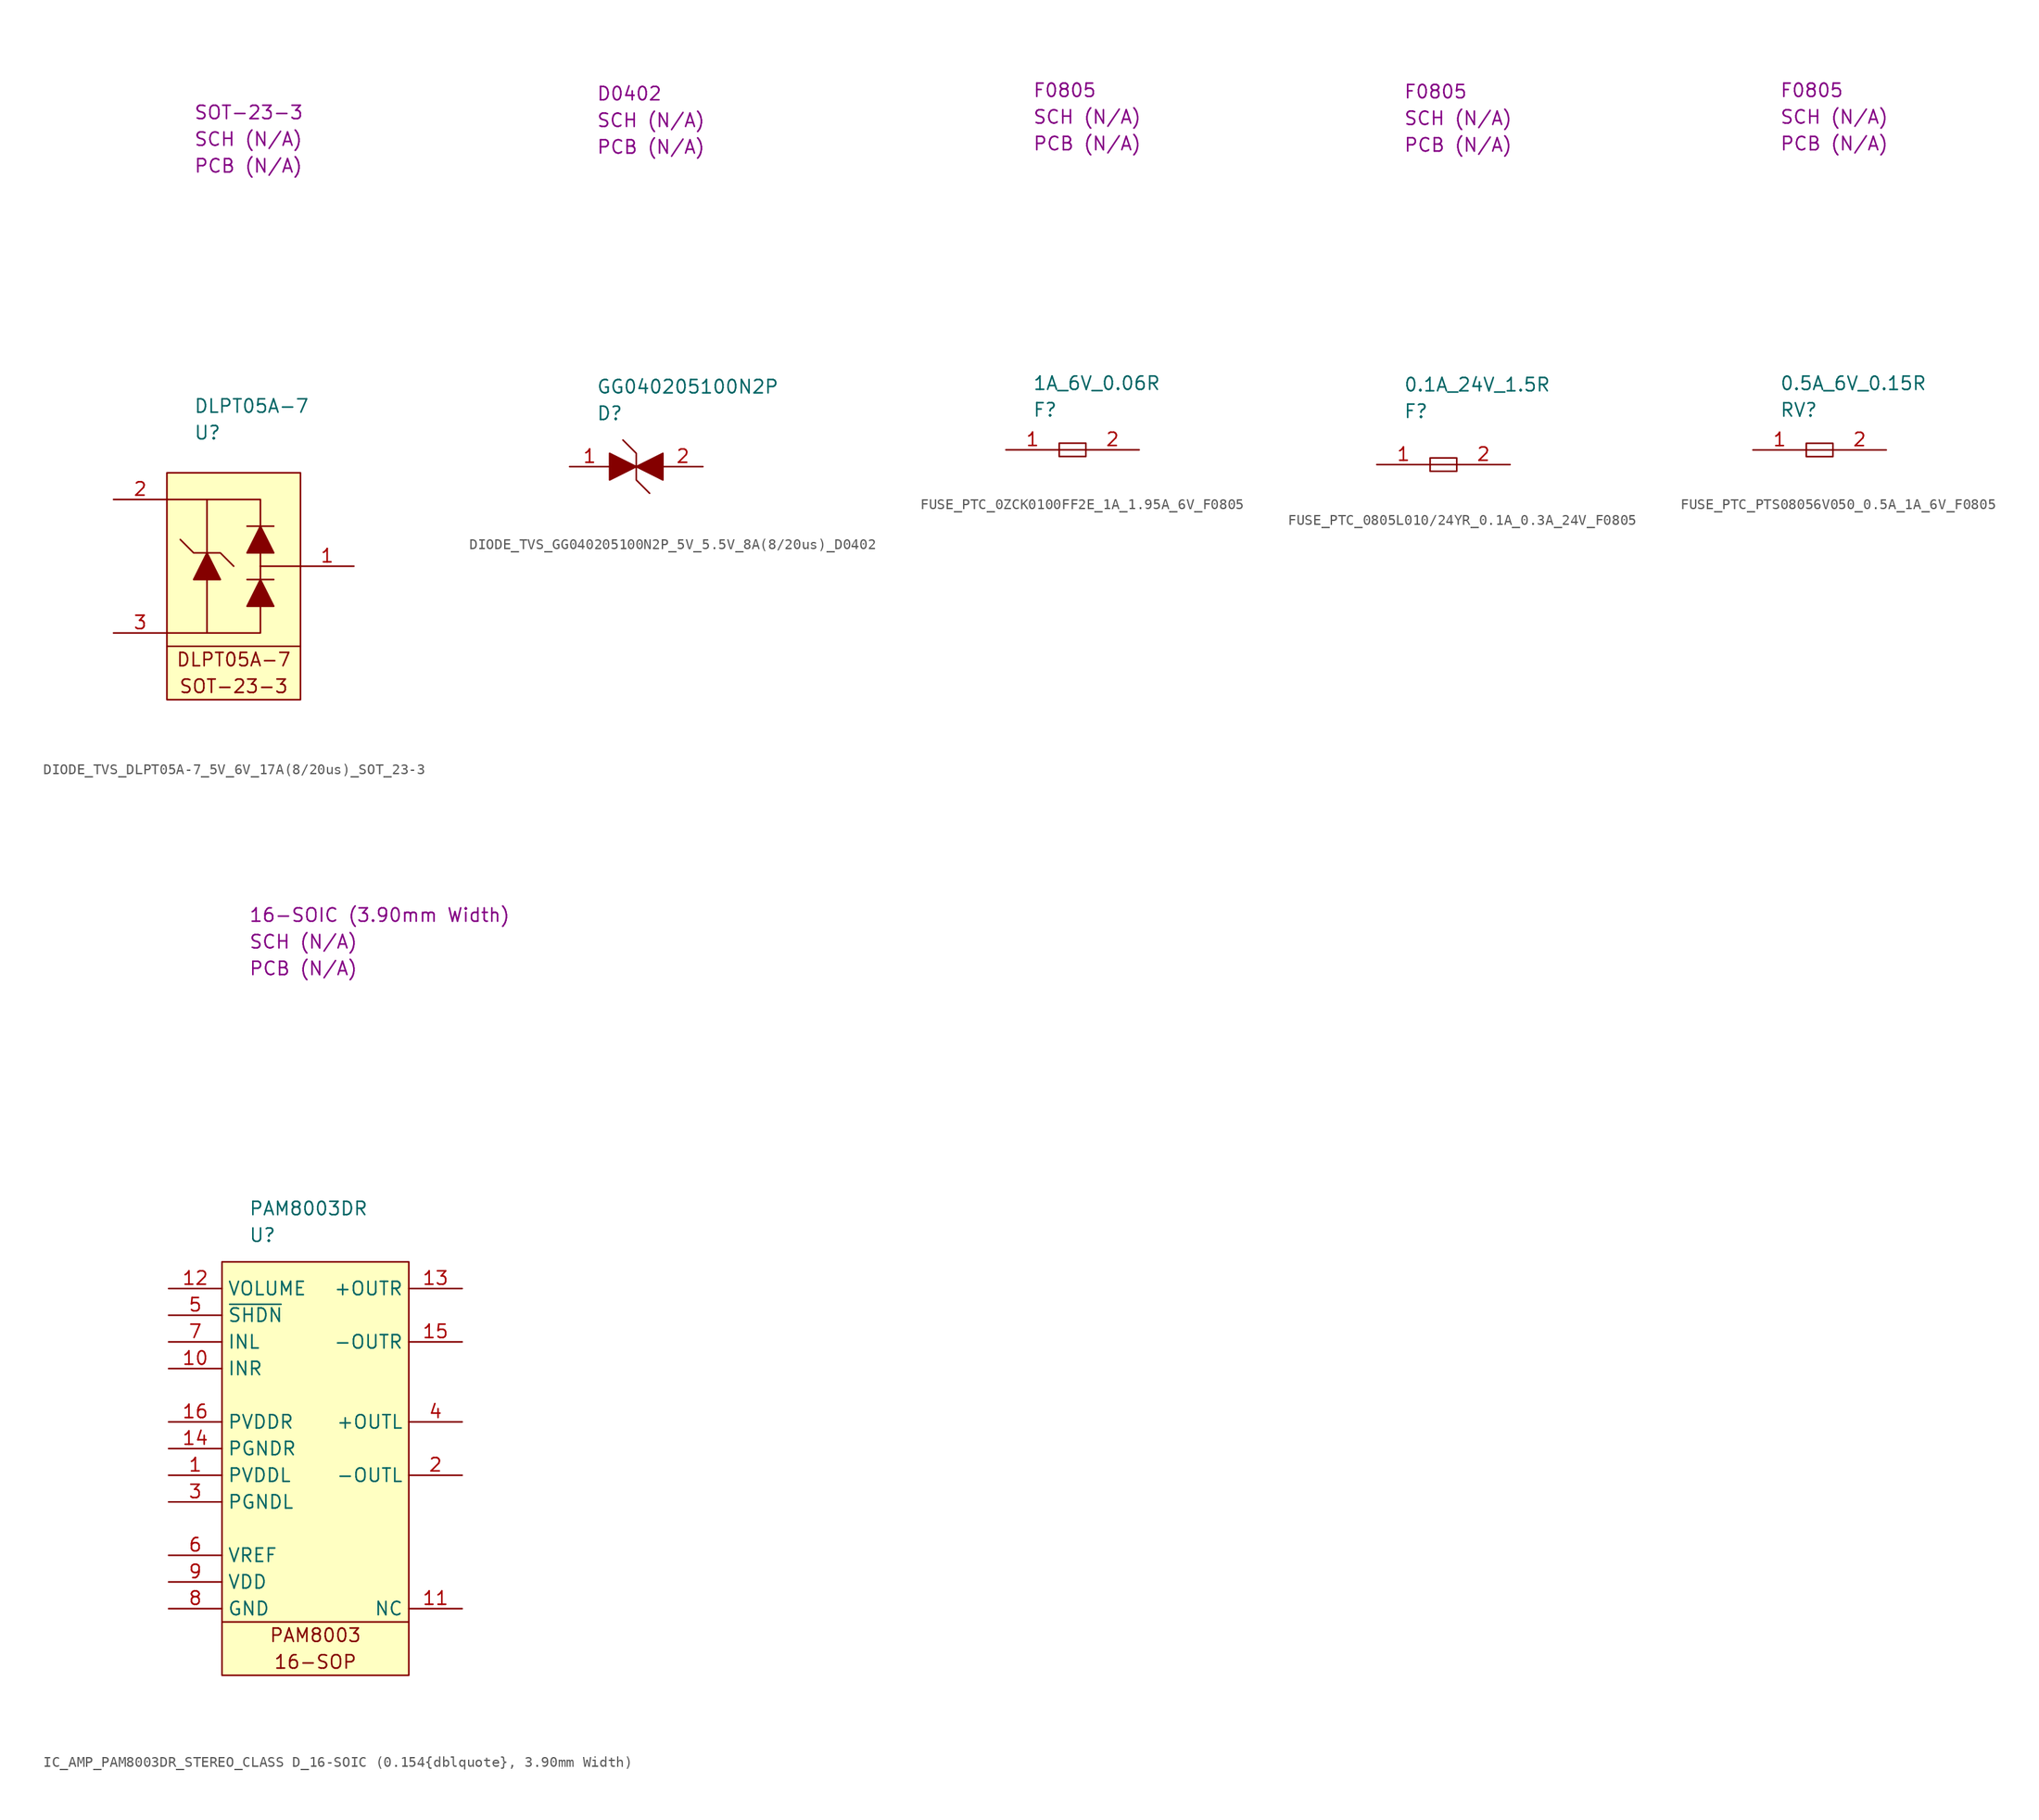
<source format=kicad_sym>
(kicad_symbol_lib
  (version 20220914)
  (generator kicad_symbol_editor)
  (symbol "DIODE_TVS_DLPT05A-7_5V_6V_17A(8/20us)_SOT_23-3"
    (property "Reference" "U"
      (at 2.54 3.81 0)
      (effects (font (size 1.27 1.27)) (justify left)))
    (property "Value" "DLPT05A-7"
      (at 2.54 6.35 0)
      (effects (font (size 1.27 1.27)) (justify left)))
    (property "Package" "SOT-23-3"
      (at 2.54 34.29 0)
      (effects (font (size 1.27 1.27)) (justify left)))
    (property "SCH CHECK" "SCH (N/A)"
      (at 2.54 31.75 0)
      (effects (font (size 1.27 1.27)) (justify left)))
    (property "PCB CHECk" "PCB (N/A)"
      (at 2.54 29.21 0)
      (effects (font (size 1.27 1.27)) (justify left)))
    (symbol "DIODE_TVS_DLPT05A-7_5V_6V_17A(8/20us)_SOT_23-3_0_0"
      (text "DLPT05A-7" (at 6.35 -17.78 0) (effects (font (size 1.27 1.27))))
      (text "SOT-23-3" (at 6.35 -20.32 0) (effects (font (size 1.27 1.27)))))
    (symbol "DIODE_TVS_DLPT05A-7_5V_6V_17A(8/20us)_SOT_23-3_0_1"
      (polyline (pts (xy 0 -16.51) (xy 12.7 -16.51)) (stroke (width 0) (type default)) (fill (type none)))
      (polyline (pts (xy 7.62 -10.16) (xy 10.16 -10.16)) (stroke (width 0) (type default)) (fill (type none)))
      (polyline (pts (xy 8.89 -8.89) (xy 8.89 -10.16)) (stroke (width 0) (type default)) (fill (type none)))
      (polyline (pts (xy 8.89 -7.62) (xy 8.89 -8.89)) (stroke (width 0) (type default)) (fill (type none)))
      (polyline (pts (xy 10.16 -5.08) (xy 7.62 -5.08)) (stroke (width 0) (type default)) (fill (type none)))
      (polyline (pts (xy 12.7 -8.89) (xy 8.89 -8.89)) (stroke (width 0) (type default)) (fill (type none)))
      (polyline (pts (xy 0 -2.54) (xy 3.81 -2.54) (xy 3.81 -7.62)) (stroke (width 0) (type default)) (fill (type none)))
      (polyline (pts (xy 3.81 -10.16) (xy 3.81 -15.24) (xy 0 -15.24)) (stroke (width 0) (type default)) (fill (type none)))
      (polyline (pts (xy 8.89 -12.7) (xy 8.89 -15.24) (xy 3.81 -15.24)) (stroke (width 0) (type default)) (fill (type none)))
      (polyline (pts (xy 8.89 -5.08) (xy 8.89 -2.54) (xy 3.81 -2.54)) (stroke (width 0) (type default)) (fill (type none)))
      (polyline (pts (xy 2.54 -10.16) (xy 5.08 -10.16) (xy 3.81 -7.62) (xy 2.54 -10.16)) (stroke (width 0) (type default)) (fill (type outline)))
      (polyline (pts (xy 6.35 -8.89) (xy 5.08 -7.62) (xy 2.54 -7.62) (xy 1.27 -6.35)) (stroke (width 0) (type default)) (fill (type none)))
      (polyline (pts (xy 7.62 -12.7) (xy 10.16 -12.7) (xy 8.89 -10.16) (xy 7.62 -12.7)) (stroke (width 0) (type default)) (fill (type outline)))
      (polyline (pts (xy 7.62 -7.62) (xy 10.16 -7.62) (xy 8.89 -5.08) (xy 7.62 -7.62)) (stroke (width 0) (type default)) (fill (type outline)))
      (rectangle (start 0 0) (end 12.7 -21.59) (stroke (width 0) (type default)) (fill (type background))))
    (symbol "DIODE_TVS_DLPT05A-7_5V_6V_17A(8/20us)_SOT_23-3_1_1"
      (pin passive line (at 17.78 -8.89 180) (length 5.08) (name "" (effects (font (size 1.27 1.27)))) (number "1" (effects (font (size 1.27 1.27)))))
      (pin passive line (at -5.08 -2.54 0) (length 5.08) (name "" (effects (font (size 1.27 1.27)))) (number "2" (effects (font (size 1.27 1.27)))))
      (pin passive line (at -5.08 -15.24 0) (length 5.08) (name "" (effects (font (size 1.27 1.27)))) (number "3" (effects (font (size 1.27 1.27)))))))
  (symbol "DIODE_TVS_GG040205100N2P_5V_5.5V_8A(8/20us)_D0402"
    (property "Reference" "D"
      (at 2.54 5.08 0)
      (effects (font (size 1.27 1.27)) (justify left)))
    (property "Value" "GG040205100N2P"
      (at 2.54 7.62 0)
      (effects (font (size 1.27 1.27)) (justify left)))
    (property "Package" "D0402"
      (at 2.54 35.56 0)
      (effects (font (size 1.27 1.27)) (justify left)))
    (property "SCH CHECK" "SCH (N/A)"
      (at 2.54 33.02 0)
      (effects (font (size 1.27 1.27)) (justify left)))
    (property "PCB CHECk" "PCB (N/A)"
      (at 2.54 30.48 0)
      (effects (font (size 1.27 1.27)) (justify left)))
    (symbol "DIODE_TVS_GG040205100N2P_5V_5.5V_8A(8/20us)_D0402_0_1"
      (polyline (pts (xy 3.81 1.27) (xy 3.81 -1.27) (xy 6.35 0) (xy 3.81 1.27)) (stroke (width 0) (type default)) (fill (type outline)))
      (polyline (pts (xy 5.08 2.54) (xy 6.35 1.27) (xy 6.35 -1.27) (xy 7.62 -2.54)) (stroke (width 0) (type default)) (fill (type none)))
      (polyline (pts (xy 8.89 -1.27) (xy 8.89 1.27) (xy 6.35 0) (xy 8.89 -1.27)) (stroke (width 0) (type default)) (fill (type outline))))
    (symbol "DIODE_TVS_GG040205100N2P_5V_5.5V_8A(8/20us)_D0402_1_1"
      (pin passive line (at 0 0 0) (length 3.81) (name "" (effects (font (size 1.27 1.27)))) (number "1" (effects (font (size 1.27 1.27)))))
      (pin passive line (at 12.7 0 180) (length 3.81) (name "" (effects (font (size 1.27 1.27)))) (number "2" (effects (font (size 1.27 1.27)))))))
  (symbol "FUSE_PTC_0ZCK0100FF2E_1A_1.95A_6V_F0805"
    (property "Reference" "F"
      (at 2.54 3.81 0)
      (effects (font (size 1.27 1.27)) (justify left)))
    (property "Value" "1A_6V_0.06R"
      (at 2.54 6.35 0)
      (effects (font (size 1.27 1.27)) (justify left)))
    (property "Package" "F0805"
      (at 2.54 34.29 0)
      (effects (font (size 1.27 1.27)) (justify left)))
    (property "SCH CHECK" "SCH (N/A)"
      (at 2.54 31.75 0)
      (effects (font (size 1.27 1.27)) (justify left)))
    (property "PCB CHECk" "PCB (N/A)"
      (at 2.54 29.21 0)
      (effects (font (size 1.27 1.27)) (justify left)))
    (symbol "FUSE_PTC_0ZCK0100FF2E_1A_1.95A_6V_F0805_0_0"
      (polyline (pts (xy 5.08 0) (xy 7.62 0)) (stroke (width 0) (type default)) (fill (type none)))
      (polyline (pts (xy 5.08 0.635) (xy 5.08 -0.635) (xy 7.62 -0.635) (xy 7.62 0.635) (xy 5.08 0.635)) (stroke (width 0) (type default)) (fill (type none))))
    (symbol "FUSE_PTC_0ZCK0100FF2E_1A_1.95A_6V_F0805_1_1"
      (pin passive line (at 0 0 0) (length 5.08) (name "" (effects (font (size 1.27 1.27)))) (number "1" (effects (font (size 1.27 1.27)))))
      (pin passive line (at 12.7 0 180) (length 5.08) (name "" (effects (font (size 1.27 1.27)))) (number "2" (effects (font (size 1.27 1.27)))))))
  (symbol "FUSE_PTC_0805L010/24YR_0.1A_0.3A_24V_F0805"
    (property "Reference" "F"
      (at 2.54 5.08 0)
      (effects (font (size 1.27 1.27)) (justify left)))
    (property "Value" "0.1A_24V_1.5R"
      (at 2.54 7.62 0)
      (effects (font (size 1.27 1.27)) (justify left)))
    (property "Package" "F0805"
      (at 2.54 35.56 0)
      (effects (font (size 1.27 1.27)) (justify left)))
    (property "SCH CHECK" "SCH (N/A)"
      (at 2.54 33.02 0)
      (effects (font (size 1.27 1.27)) (justify left)))
    (property "PCB CHECk" "PCB (N/A)"
      (at 2.54 30.48 0)
      (effects (font (size 1.27 1.27)) (justify left)))
    (symbol "FUSE_PTC_0805L010/24YR_0.1A_0.3A_24V_F0805_0_1"
      (polyline (pts (xy 5.08 0) (xy 7.62 0)) (stroke (width 0) (type default)) (fill (type none)))
      (polyline (pts (xy 5.08 0.635) (xy 7.62 0.635) (xy 7.62 -0.635) (xy 5.08 -0.635) (xy 5.08 0.635)) (stroke (width 0) (type default)) (fill (type none))))
    (symbol "FUSE_PTC_0805L010/24YR_0.1A_0.3A_24V_F0805_1_1"
      (pin passive line (at 0 0 0) (length 5.08) (name "" (effects (font (size 1.27 1.27)))) (number "1" (effects (font (size 1.27 1.27)))))
      (pin passive line (at 12.7 0 180) (length 5.08) (name "" (effects (font (size 1.27 1.27)))) (number "2" (effects (font (size 1.27 1.27)))))))
  (symbol "FUSE_PTC_PTS08056V050_0.5A_1A_6V_F0805"
    (property "Reference" "RV"
      (at 2.54 3.81 0)
      (effects (font (size 1.27 1.27)) (justify left)))
    (property "Value" "0.5A_6V_0.15R"
      (at 2.54 6.35 0)
      (effects (font (size 1.27 1.27)) (justify left)))
    (property "Package" "F0805"
      (at 2.54 34.29 0)
      (effects (font (size 1.27 1.27)) (justify left)))
    (property "SCH CHECK" "SCH (N/A)"
      (at 2.54 31.75 0)
      (effects (font (size 1.27 1.27)) (justify left)))
    (property "PCB CHECk" "PCB (N/A)"
      (at 2.54 29.21 0)
      (effects (font (size 1.27 1.27)) (justify left)))
    (symbol "FUSE_PTC_PTS08056V050_0.5A_1A_6V_F0805_0_1"
      (polyline (pts (xy 5.08 0) (xy 7.62 0)) (stroke (width 0) (type default)) (fill (type none)))
      (polyline (pts (xy 5.08 0.635) (xy 7.62 0.635) (xy 7.62 -0.635) (xy 5.08 -0.635) (xy 5.08 0.635)) (stroke (width 0) (type default)) (fill (type none))))
    (symbol "FUSE_PTC_PTS08056V050_0.5A_1A_6V_F0805_1_1"
      (pin passive line (at 0 0 0) (length 5.08) (name "" (effects (font (size 1.27 1.27)))) (number "1" (effects (font (size 1.27 1.27)))))
      (pin passive line (at 12.7 0 180) (length 5.08) (name "" (effects (font (size 1.27 1.27)))) (number "2" (effects (font (size 1.27 1.27)))))))
  (symbol "IC_AMP_PAM8003DR_STEREO_CLASS D_16-SOIC (0.154{dblquote}, 3.90mm Width)"
    (property "Reference" "U"
      (at 2.54 2.54 0)
      (effects (font (size 1.27 1.27)) (justify left)))
    (property "Value" "PAM8003DR"
      (at 2.54 5.08 0)
      (effects (font (size 1.27 1.27)) (justify left)))
    (property "Package" "16-SOIC (3.90mm Width)"
      (at 2.54 33.02 0)
      (effects (font (size 1.27 1.27)) (justify left)))
    (property "SCH CHECK" "SCH (N/A)"
      (at 2.54 30.48 0)
      (effects (font (size 1.27 1.27)) (justify left)))
    (property "PCB CHECK" "PCB (N/A)"
      (at 2.54 27.94 0)
      (effects (font (size 1.27 1.27)) (justify left)))
    (symbol "IC_AMP_PAM8003DR_STEREO_CLASS D_16-SOIC (0.154{dblquote}, 3.90mm Width)_0_0"
      (polyline (pts (xy 0 -34.29) (xy 17.78 -34.29)) (stroke (width 0) (type default)) (fill (type none)))
      (rectangle (start 0 0) (end 17.78 -39.37) (stroke (width 0) (type default)) (fill (type background)))
      (text "16-SOP" (at 8.89 -38.1 0) (effects (font (size 1.27 1.27))))
      (text "PAM8003" (at 8.89 -35.56 0) (effects (font (size 1.27 1.27)))))
    (symbol "IC_AMP_PAM8003DR_STEREO_CLASS D_16-SOIC (0.154{dblquote}, 3.90mm Width)_1_1"
      (pin passive line (at -5.08 -20.32 0) (length 5.08) (name "PVDDL" (effects (font (size 1.27 1.27)))) (number "1" (effects (font (size 1.27 1.27)))))
      (pin passive line (at -5.08 -10.16 0) (length 5.08) (name "INR" (effects (font (size 1.27 1.27)))) (number "10" (effects (font (size 1.27 1.27)))))
      (pin passive line (at 22.86 -33.02 180) (length 5.08) (name "NC" (effects (font (size 1.27 1.27)))) (number "11" (effects (font (size 1.27 1.27)))))
      (pin passive line (at -5.08 -2.54 0) (length 5.08) (name "VOLUME" (effects (font (size 1.27 1.27)))) (number "12" (effects (font (size 1.27 1.27)))))
      (pin passive line (at 22.86 -2.54 180) (length 5.08) (name "+OUTR" (effects (font (size 1.27 1.27)))) (number "13" (effects (font (size 1.27 1.27)))))
      (pin passive line (at -5.08 -17.78 0) (length 5.08) (name "PGNDR" (effects (font (size 1.27 1.27)))) (number "14" (effects (font (size 1.27 1.27)))))
      (pin passive line (at 22.86 -7.62 180) (length 5.08) (name "-OUTR" (effects (font (size 1.27 1.27)))) (number "15" (effects (font (size 1.27 1.27)))))
      (pin passive line (at -5.08 -15.24 0) (length 5.08) (name "PVDDR" (effects (font (size 1.27 1.27)))) (number "16" (effects (font (size 1.27 1.27)))))
      (pin passive line (at 22.86 -20.32 180) (length 5.08) (name "-OUTL" (effects (font (size 1.27 1.27)))) (number "2" (effects (font (size 1.27 1.27)))))
      (pin passive line (at -5.08 -22.86 0) (length 5.08) (name "PGNDL" (effects (font (size 1.27 1.27)))) (number "3" (effects (font (size 1.27 1.27)))))
      (pin passive line (at 22.86 -15.24 180) (length 5.08) (name "+OUTL" (effects (font (size 1.27 1.27)))) (number "4" (effects (font (size 1.27 1.27)))))
      (pin passive line (at -5.08 -5.08 0) (length 5.08) (name "~{SHDN}" (effects (font (size 1.27 1.27)))) (number "5" (effects (font (size 1.27 1.27)))))
      (pin passive line (at -5.08 -27.94 0) (length 5.08) (name "VREF" (effects (font (size 1.27 1.27)))) (number "6" (effects (font (size 1.27 1.27)))))
      (pin passive line (at -5.08 -7.62 0) (length 5.08) (name "INL" (effects (font (size 1.27 1.27)))) (number "7" (effects (font (size 1.27 1.27)))))
      (pin passive line (at -5.08 -33.02 0) (length 5.08) (name "GND" (effects (font (size 1.27 1.27)))) (number "8" (effects (font (size 1.27 1.27)))))
      (pin passive line (at -5.08 -30.48 0) (length 5.08) (name "VDD" (effects (font (size 1.27 1.27)))) (number "9" (effects (font (size 1.27 1.27))))))))
</source>
